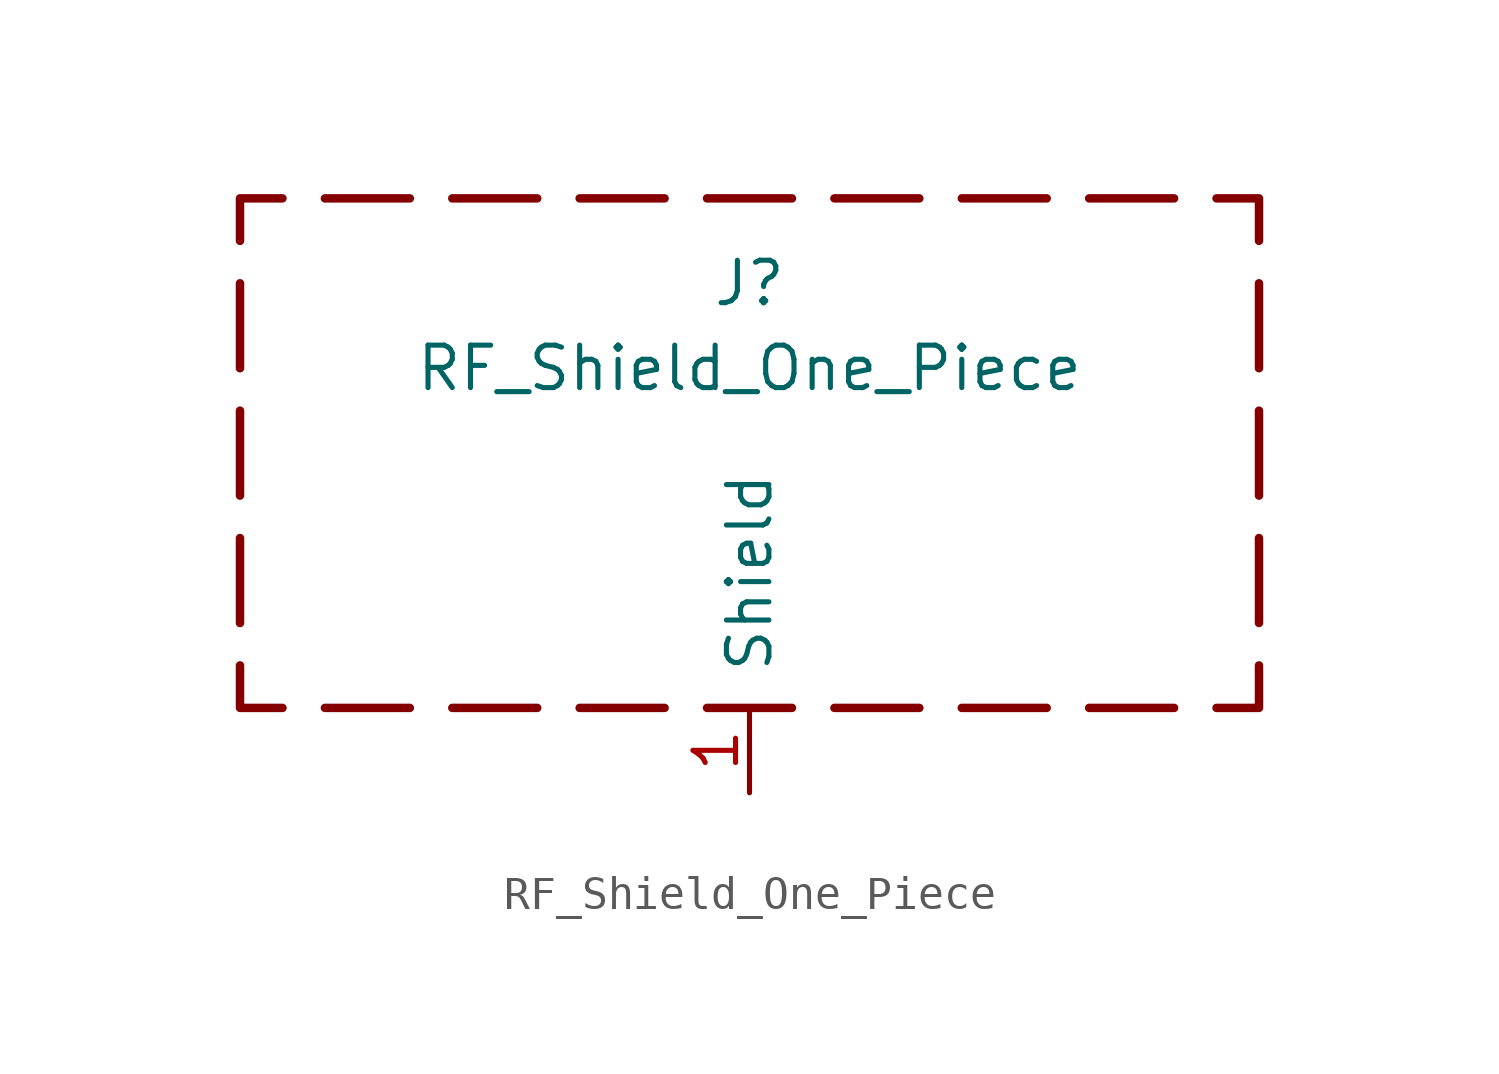
<source format=kicad_sym>
(kicad_symbol_lib
  (version 20241209)
  (generator "kicad_symbol_editor")
  (generator_version "9.0")
  (symbol "RF_Shield_One_Piece"
    (pin_names
      (offset 1.016))
    (property "Reference" "J"
      (at 0 5.08 0)
      (effects (font (size 1.27 1.27))))
    (property "Value" "RF_Shield_One_Piece"
      (at 0 2.54 0)
      (effects (font (size 1.27 1.27))))
    (symbol "RF_Shield_One_Piece_0_1"
      (polyline (pts (xy -15.24 6.35) (xy -15.24 7.62) (xy -13.97 7.62)) (stroke (width 0.254) (type solid)) (fill (type none)))
      (polyline (pts (xy -15.24 2.54) (xy -15.24 5.08)) (stroke (width 0.254) (type solid)) (fill (type none)))
      (polyline (pts (xy -15.24 -1.27) (xy -15.24 1.27)) (stroke (width 0.254) (type solid)) (fill (type none)))
      (polyline (pts (xy -15.24 -5.08) (xy -15.24 -2.54)) (stroke (width 0.254) (type solid)) (fill (type none)))
      (polyline (pts (xy -13.97 -7.62) (xy -15.24 -7.62) (xy -15.24 -6.35)) (stroke (width 0.254) (type solid)) (fill (type none)))
      (polyline (pts (xy -12.7 7.62) (xy -10.16 7.62)) (stroke (width 0.254) (type solid)) (fill (type none)))
      (polyline (pts (xy -10.16 -7.62) (xy -12.7 -7.62)) (stroke (width 0.254) (type solid)) (fill (type none)))
      (polyline (pts (xy -6.35 7.62) (xy -8.89 7.62)) (stroke (width 0.254) (type solid)) (fill (type none)))
      (polyline (pts (xy -6.35 -7.62) (xy -8.89 -7.62)) (stroke (width 0.254) (type solid)) (fill (type none)))
      (polyline (pts (xy -2.54 7.62) (xy -5.08 7.62)) (stroke (width 0.254) (type solid)) (fill (type none)))
      (polyline (pts (xy -2.54 -7.62) (xy -5.08 -7.62)) (stroke (width 0.254) (type solid)) (fill (type none)))
      (polyline (pts (xy -1.27 -7.62) (xy 1.27 -7.62)) (stroke (width 0.254) (type solid)) (fill (type none)))
      (polyline (pts (xy 1.27 7.62) (xy -1.27 7.62)) (stroke (width 0.254) (type solid)) (fill (type none)))
      (polyline (pts (xy 2.54 -7.62) (xy 5.08 -7.62)) (stroke (width 0.254) (type solid)) (fill (type none)))
      (polyline (pts (xy 5.08 7.62) (xy 2.54 7.62)) (stroke (width 0.254) (type solid)) (fill (type none)))
      (polyline (pts (xy 6.35 -7.62) (xy 8.89 -7.62)) (stroke (width 0.254) (type solid)) (fill (type none)))
      (polyline (pts (xy 8.89 7.62) (xy 6.35 7.62)) (stroke (width 0.254) (type solid)) (fill (type none)))
      (polyline (pts (xy 10.16 -7.62) (xy 12.7 -7.62)) (stroke (width 0.254) (type solid)) (fill (type none)))
      (polyline (pts (xy 12.7 7.62) (xy 10.16 7.62)) (stroke (width 0.254) (type solid)) (fill (type none)))
      (polyline (pts (xy 13.97 -7.62) (xy 15.24 -7.62) (xy 15.24 -6.35)) (stroke (width 0.254) (type solid)) (fill (type none)))
      (polyline (pts (xy 15.24 6.35) (xy 15.24 7.62) (xy 13.97 7.62)) (stroke (width 0.254) (type solid)) (fill (type none)))
      (polyline (pts (xy 15.24 2.54) (xy 15.24 5.08)) (stroke (width 0.254) (type solid)) (fill (type none)))
      (polyline (pts (xy 15.24 -1.27) (xy 15.24 1.27)) (stroke (width 0.254) (type solid)) (fill (type none)))
      (polyline (pts (xy 15.24 -5.08) (xy 15.24 -2.54)) (stroke (width 0.254) (type solid)) (fill (type none))))
    (symbol "RF_Shield_One_Piece_1_1"
      (pin passive line (at 0 -10.16 90) (length 2.54) (name "Shield" (effects (font (size 1.27 1.27)))) (number "1" (effects (font (size 1.27 1.27))))))))
</source>
